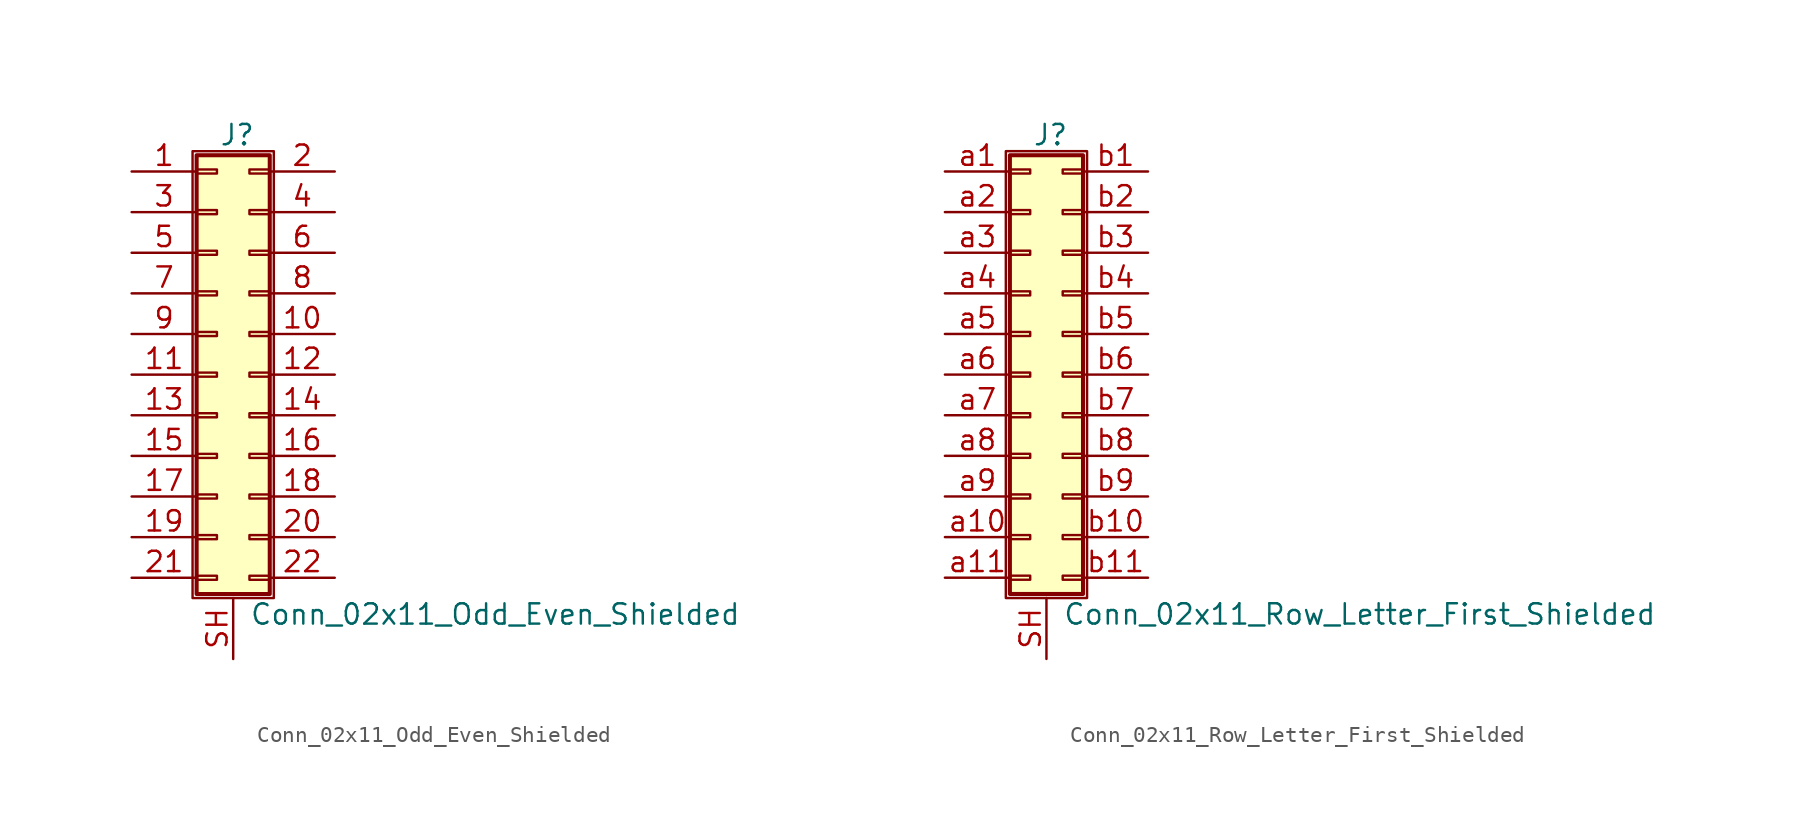
<source format=kicad_sym>
(kicad_symbol_lib
  (version 20201005)
  (generator kicad_symbol_editor)
  (symbol "Conn_02x11_Odd_Even_Shielded"
    (pin_names
      (offset 1.016) hide)
    (property "Reference" "J"
      (at 1.524 14.986 0)
      (effects (font (size 1.27 1.27))))
    (property "Value" "Conn_02x11_Odd_Even_Shielded"
      (at 2.286 -14.986 0)
      (effects (font (size 1.27 1.27)) (justify left)))
    (symbol "Conn_02x11_Odd_Even_Shielded_1_1"
      (rectangle (start -1.27 13.97) (end 3.81 -13.97) (stroke (width 0.152)) (fill (type none)))
      (rectangle (start -1.016 -12.573) (end 0.254 -12.827) (stroke (width 0.152)) (fill (type none)))
      (rectangle (start -1.016 -10.033) (end 0.254 -10.287) (stroke (width 0.152)) (fill (type none)))
      (rectangle (start -1.016 -7.493) (end 0.254 -7.747) (stroke (width 0.152)) (fill (type none)))
      (rectangle (start -1.016 -4.953) (end 0.254 -5.207) (stroke (width 0.152)) (fill (type none)))
      (rectangle (start -1.016 -2.413) (end 0.254 -2.667) (stroke (width 0.152)) (fill (type none)))
      (rectangle (start -1.016 0.127) (end 0.254 -0.127) (stroke (width 0.152)) (fill (type none)))
      (rectangle (start -1.016 2.667) (end 0.254 2.413) (stroke (width 0.152)) (fill (type none)))
      (rectangle (start -1.016 5.207) (end 0.254 4.953) (stroke (width 0.152)) (fill (type none)))
      (rectangle (start -1.016 7.747) (end 0.254 7.493) (stroke (width 0.152)) (fill (type none)))
      (rectangle (start -1.016 10.287) (end 0.254 10.033) (stroke (width 0.152)) (fill (type none)))
      (rectangle (start -1.016 12.827) (end 0.254 12.573) (stroke (width 0.152)) (fill (type none)))
      (rectangle (start -1.016 13.716) (end 3.556 -13.716) (stroke (width 0.254)) (fill (type background)))
      (rectangle (start 3.556 -12.573) (end 2.286 -12.827) (stroke (width 0.152)) (fill (type none)))
      (rectangle (start 3.556 -10.033) (end 2.286 -10.287) (stroke (width 0.152)) (fill (type none)))
      (rectangle (start 3.556 -7.493) (end 2.286 -7.747) (stroke (width 0.152)) (fill (type none)))
      (rectangle (start 3.556 -4.953) (end 2.286 -5.207) (stroke (width 0.152)) (fill (type none)))
      (rectangle (start 3.556 -2.413) (end 2.286 -2.667) (stroke (width 0.152)) (fill (type none)))
      (rectangle (start 3.556 0.127) (end 2.286 -0.127) (stroke (width 0.152)) (fill (type none)))
      (rectangle (start 3.556 2.667) (end 2.286 2.413) (stroke (width 0.152)) (fill (type none)))
      (rectangle (start 3.556 5.207) (end 2.286 4.953) (stroke (width 0.152)) (fill (type none)))
      (rectangle (start 3.556 7.747) (end 2.286 7.493) (stroke (width 0.152)) (fill (type none)))
      (rectangle (start 3.556 10.287) (end 2.286 10.033) (stroke (width 0.152)) (fill (type none)))
      (rectangle (start 3.556 12.827) (end 2.286 12.573) (stroke (width 0.152)) (fill (type none)))
      (pin passive line (at -5.08 12.7 0) (length 4.064) (name "Pin_1" (effects (font (size 1.27 1.27)))) (number "1" (effects (font (size 1.27 1.27)))))
      (pin passive line (at 7.62 2.54 180) (length 4.064) (name "Pin_10" (effects (font (size 1.27 1.27)))) (number "10" (effects (font (size 1.27 1.27)))))
      (pin passive line (at -5.08 0 0) (length 4.064) (name "Pin_11" (effects (font (size 1.27 1.27)))) (number "11" (effects (font (size 1.27 1.27)))))
      (pin passive line (at 7.62 0 180) (length 4.064) (name "Pin_12" (effects (font (size 1.27 1.27)))) (number "12" (effects (font (size 1.27 1.27)))))
      (pin passive line (at -5.08 -2.54 0) (length 4.064) (name "Pin_13" (effects (font (size 1.27 1.27)))) (number "13" (effects (font (size 1.27 1.27)))))
      (pin passive line (at 7.62 -2.54 180) (length 4.064) (name "Pin_14" (effects (font (size 1.27 1.27)))) (number "14" (effects (font (size 1.27 1.27)))))
      (pin passive line (at -5.08 -5.08 0) (length 4.064) (name "Pin_15" (effects (font (size 1.27 1.27)))) (number "15" (effects (font (size 1.27 1.27)))))
      (pin passive line (at 7.62 -5.08 180) (length 4.064) (name "Pin_16" (effects (font (size 1.27 1.27)))) (number "16" (effects (font (size 1.27 1.27)))))
      (pin passive line (at -5.08 -7.62 0) (length 4.064) (name "Pin_17" (effects (font (size 1.27 1.27)))) (number "17" (effects (font (size 1.27 1.27)))))
      (pin passive line (at 7.62 -7.62 180) (length 4.064) (name "Pin_18" (effects (font (size 1.27 1.27)))) (number "18" (effects (font (size 1.27 1.27)))))
      (pin passive line (at -5.08 -10.16 0) (length 4.064) (name "Pin_19" (effects (font (size 1.27 1.27)))) (number "19" (effects (font (size 1.27 1.27)))))
      (pin passive line (at 7.62 12.7 180) (length 4.064) (name "Pin_2" (effects (font (size 1.27 1.27)))) (number "2" (effects (font (size 1.27 1.27)))))
      (pin passive line (at 7.62 -10.16 180) (length 4.064) (name "Pin_20" (effects (font (size 1.27 1.27)))) (number "20" (effects (font (size 1.27 1.27)))))
      (pin passive line (at -5.08 -12.7 0) (length 4.064) (name "Pin_21" (effects (font (size 1.27 1.27)))) (number "21" (effects (font (size 1.27 1.27)))))
      (pin passive line (at 7.62 -12.7 180) (length 4.064) (name "Pin_22" (effects (font (size 1.27 1.27)))) (number "22" (effects (font (size 1.27 1.27)))))
      (pin passive line (at -5.08 10.16 0) (length 4.064) (name "Pin_3" (effects (font (size 1.27 1.27)))) (number "3" (effects (font (size 1.27 1.27)))))
      (pin passive line (at 7.62 10.16 180) (length 4.064) (name "Pin_4" (effects (font (size 1.27 1.27)))) (number "4" (effects (font (size 1.27 1.27)))))
      (pin passive line (at -5.08 7.62 0) (length 4.064) (name "Pin_5" (effects (font (size 1.27 1.27)))) (number "5" (effects (font (size 1.27 1.27)))))
      (pin passive line (at 7.62 7.62 180) (length 4.064) (name "Pin_6" (effects (font (size 1.27 1.27)))) (number "6" (effects (font (size 1.27 1.27)))))
      (pin passive line (at -5.08 5.08 0) (length 4.064) (name "Pin_7" (effects (font (size 1.27 1.27)))) (number "7" (effects (font (size 1.27 1.27)))))
      (pin passive line (at 7.62 5.08 180) (length 4.064) (name "Pin_8" (effects (font (size 1.27 1.27)))) (number "8" (effects (font (size 1.27 1.27)))))
      (pin passive line (at -5.08 2.54 0) (length 4.064) (name "Pin_9" (effects (font (size 1.27 1.27)))) (number "9" (effects (font (size 1.27 1.27)))))
      (pin passive line (at 1.27 -17.78 90) (length 3.81) (name "Shield" (effects (font (size 1.27 1.27)))) (number "SH" (effects (font (size 1.27 1.27)))))))
  (symbol "Conn_02x11_Row_Letter_First_Shielded"
    (pin_names
      (offset 1.016) hide)
    (property "Reference" "J"
      (at 1.524 14.986 0)
      (effects (font (size 1.27 1.27))))
    (property "Value" "Conn_02x11_Row_Letter_First_Shielded"
      (at 2.286 -14.986 0)
      (effects (font (size 1.27 1.27)) (justify left)))
    (symbol "Conn_02x11_Row_Letter_First_Shielded_1_1"
      (rectangle (start -1.27 13.97) (end 3.81 -13.97) (stroke (width 0.152)) (fill (type none)))
      (rectangle (start -1.016 -12.573) (end 0.254 -12.827) (stroke (width 0.152)) (fill (type none)))
      (rectangle (start -1.016 -10.033) (end 0.254 -10.287) (stroke (width 0.152)) (fill (type none)))
      (rectangle (start -1.016 -7.493) (end 0.254 -7.747) (stroke (width 0.152)) (fill (type none)))
      (rectangle (start -1.016 -4.953) (end 0.254 -5.207) (stroke (width 0.152)) (fill (type none)))
      (rectangle (start -1.016 -2.413) (end 0.254 -2.667) (stroke (width 0.152)) (fill (type none)))
      (rectangle (start -1.016 0.127) (end 0.254 -0.127) (stroke (width 0.152)) (fill (type none)))
      (rectangle (start -1.016 2.667) (end 0.254 2.413) (stroke (width 0.152)) (fill (type none)))
      (rectangle (start -1.016 5.207) (end 0.254 4.953) (stroke (width 0.152)) (fill (type none)))
      (rectangle (start -1.016 7.747) (end 0.254 7.493) (stroke (width 0.152)) (fill (type none)))
      (rectangle (start -1.016 10.287) (end 0.254 10.033) (stroke (width 0.152)) (fill (type none)))
      (rectangle (start -1.016 12.827) (end 0.254 12.573) (stroke (width 0.152)) (fill (type none)))
      (rectangle (start -1.016 13.716) (end 3.556 -13.716) (stroke (width 0.254)) (fill (type background)))
      (rectangle (start 3.556 -12.573) (end 2.286 -12.827) (stroke (width 0.152)) (fill (type none)))
      (rectangle (start 3.556 -10.033) (end 2.286 -10.287) (stroke (width 0.152)) (fill (type none)))
      (rectangle (start 3.556 -7.493) (end 2.286 -7.747) (stroke (width 0.152)) (fill (type none)))
      (rectangle (start 3.556 -4.953) (end 2.286 -5.207) (stroke (width 0.152)) (fill (type none)))
      (rectangle (start 3.556 -2.413) (end 2.286 -2.667) (stroke (width 0.152)) (fill (type none)))
      (rectangle (start 3.556 0.127) (end 2.286 -0.127) (stroke (width 0.152)) (fill (type none)))
      (rectangle (start 3.556 2.667) (end 2.286 2.413) (stroke (width 0.152)) (fill (type none)))
      (rectangle (start 3.556 5.207) (end 2.286 4.953) (stroke (width 0.152)) (fill (type none)))
      (rectangle (start 3.556 7.747) (end 2.286 7.493) (stroke (width 0.152)) (fill (type none)))
      (rectangle (start 3.556 10.287) (end 2.286 10.033) (stroke (width 0.152)) (fill (type none)))
      (rectangle (start 3.556 12.827) (end 2.286 12.573) (stroke (width 0.152)) (fill (type none)))
      (pin passive line (at 1.27 -17.78 90) (length 3.81) (name "Shield" (effects (font (size 1.27 1.27)))) (number "SH" (effects (font (size 1.27 1.27)))))
      (pin passive line (at -5.08 12.7 0) (length 4.064) (name "Pin_a1" (effects (font (size 1.27 1.27)))) (number "a1" (effects (font (size 1.27 1.27)))))
      (pin passive line (at -5.08 -10.16 0) (length 4.064) (name "Pin_a10" (effects (font (size 1.27 1.27)))) (number "a10" (effects (font (size 1.27 1.27)))))
      (pin passive line (at -5.08 -12.7 0) (length 4.064) (name "Pin_a11" (effects (font (size 1.27 1.27)))) (number "a11" (effects (font (size 1.27 1.27)))))
      (pin passive line (at -5.08 10.16 0) (length 4.064) (name "Pin_a2" (effects (font (size 1.27 1.27)))) (number "a2" (effects (font (size 1.27 1.27)))))
      (pin passive line (at -5.08 7.62 0) (length 4.064) (name "Pin_a3" (effects (font (size 1.27 1.27)))) (number "a3" (effects (font (size 1.27 1.27)))))
      (pin passive line (at -5.08 5.08 0) (length 4.064) (name "Pin_a4" (effects (font (size 1.27 1.27)))) (number "a4" (effects (font (size 1.27 1.27)))))
      (pin passive line (at -5.08 2.54 0) (length 4.064) (name "Pin_a5" (effects (font (size 1.27 1.27)))) (number "a5" (effects (font (size 1.27 1.27)))))
      (pin passive line (at -5.08 0 0) (length 4.064) (name "Pin_a6" (effects (font (size 1.27 1.27)))) (number "a6" (effects (font (size 1.27 1.27)))))
      (pin passive line (at -5.08 -2.54 0) (length 4.064) (name "Pin_a7" (effects (font (size 1.27 1.27)))) (number "a7" (effects (font (size 1.27 1.27)))))
      (pin passive line (at -5.08 -5.08 0) (length 4.064) (name "Pin_a8" (effects (font (size 1.27 1.27)))) (number "a8" (effects (font (size 1.27 1.27)))))
      (pin passive line (at -5.08 -7.62 0) (length 4.064) (name "Pin_a9" (effects (font (size 1.27 1.27)))) (number "a9" (effects (font (size 1.27 1.27)))))
      (pin passive line (at 7.62 12.7 180) (length 4.064) (name "Pin_b1" (effects (font (size 1.27 1.27)))) (number "b1" (effects (font (size 1.27 1.27)))))
      (pin passive line (at 7.62 -10.16 180) (length 4.064) (name "Pin_b10" (effects (font (size 1.27 1.27)))) (number "b10" (effects (font (size 1.27 1.27)))))
      (pin passive line (at 7.62 -12.7 180) (length 4.064) (name "Pin_b11" (effects (font (size 1.27 1.27)))) (number "b11" (effects (font (size 1.27 1.27)))))
      (pin passive line (at 7.62 10.16 180) (length 4.064) (name "Pin_b2" (effects (font (size 1.27 1.27)))) (number "b2" (effects (font (size 1.27 1.27)))))
      (pin passive line (at 7.62 7.62 180) (length 4.064) (name "Pin_b3" (effects (font (size 1.27 1.27)))) (number "b3" (effects (font (size 1.27 1.27)))))
      (pin passive line (at 7.62 5.08 180) (length 4.064) (name "Pin_b4" (effects (font (size 1.27 1.27)))) (number "b4" (effects (font (size 1.27 1.27)))))
      (pin passive line (at 7.62 2.54 180) (length 4.064) (name "Pin_b5" (effects (font (size 1.27 1.27)))) (number "b5" (effects (font (size 1.27 1.27)))))
      (pin passive line (at 7.62 0 180) (length 4.064) (name "Pin_b6" (effects (font (size 1.27 1.27)))) (number "b6" (effects (font (size 1.27 1.27)))))
      (pin passive line (at 7.62 -2.54 180) (length 4.064) (name "Pin_b7" (effects (font (size 1.27 1.27)))) (number "b7" (effects (font (size 1.27 1.27)))))
      (pin passive line (at 7.62 -5.08 180) (length 4.064) (name "Pin_b8" (effects (font (size 1.27 1.27)))) (number "b8" (effects (font (size 1.27 1.27)))))
      (pin passive line (at 7.62 -7.62 180) (length 4.064) (name "Pin_b9" (effects (font (size 1.27 1.27)))) (number "b9" (effects (font (size 1.27 1.27))))))))
</source>
